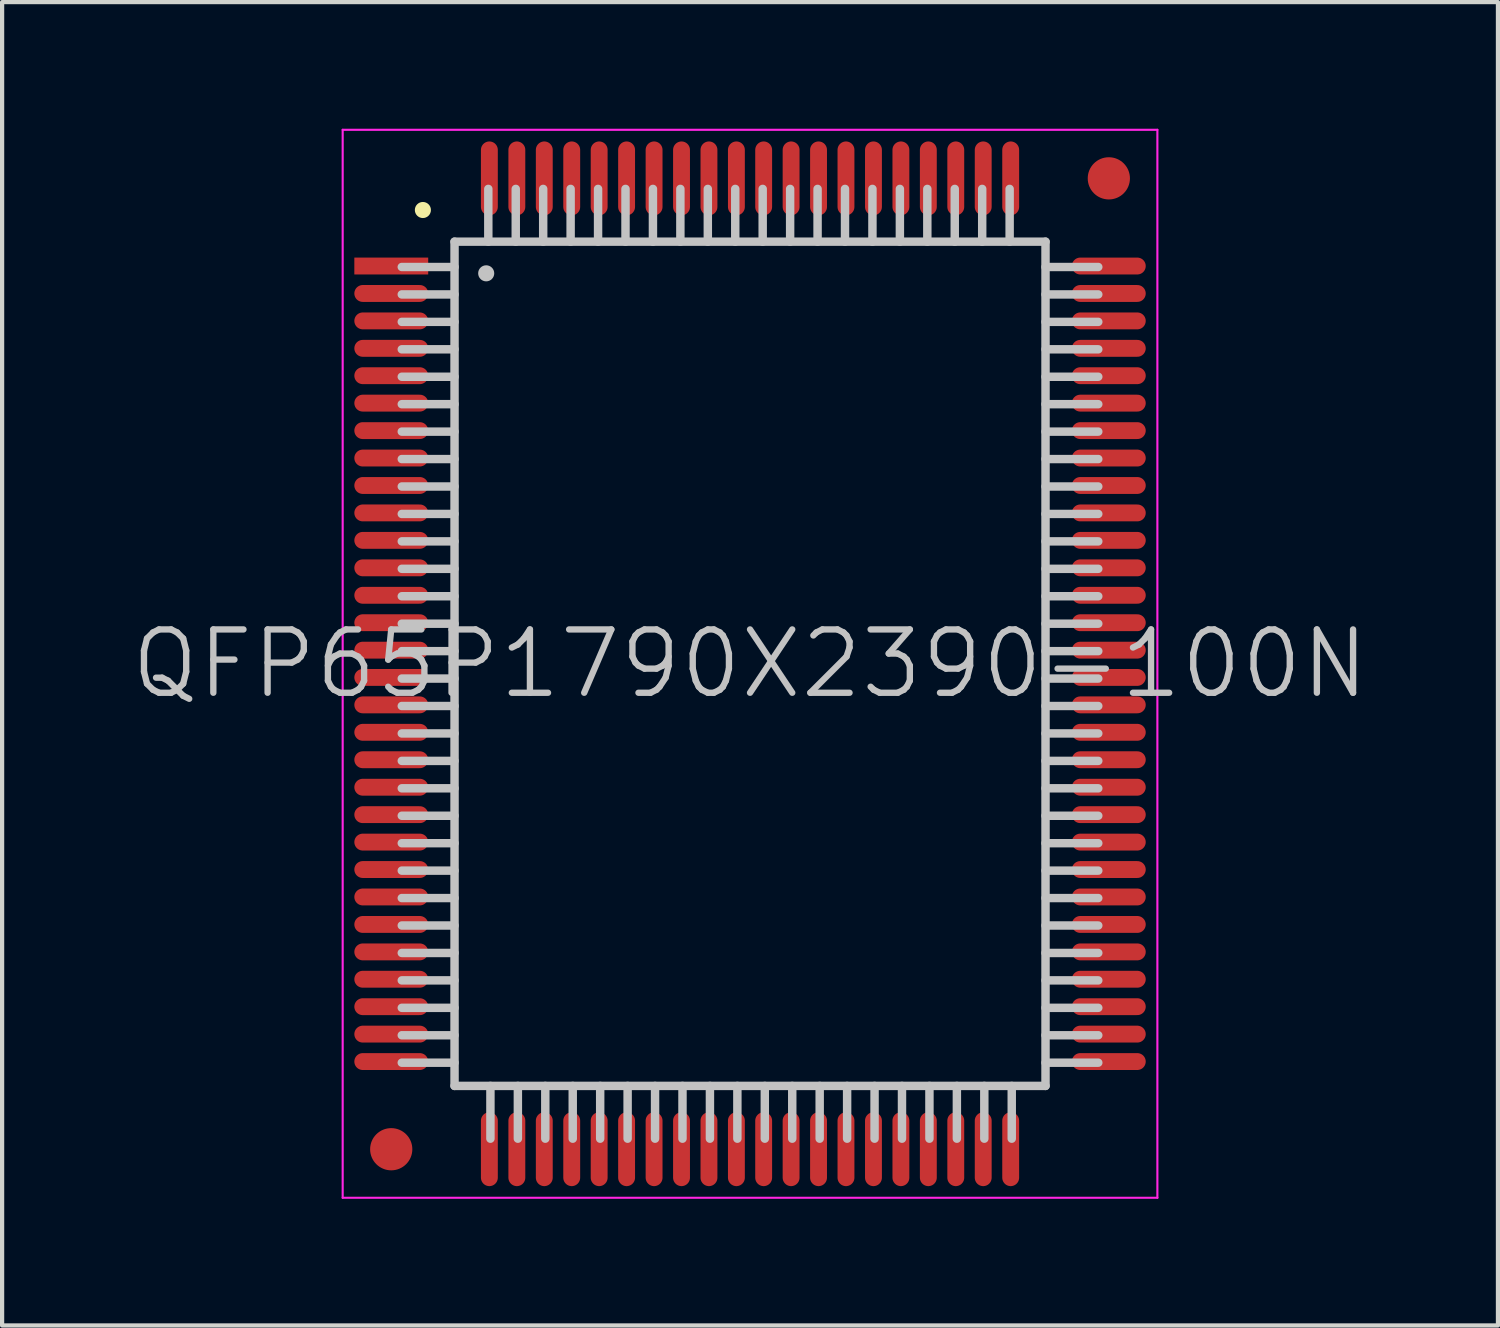
<source format=kicad_pcb>
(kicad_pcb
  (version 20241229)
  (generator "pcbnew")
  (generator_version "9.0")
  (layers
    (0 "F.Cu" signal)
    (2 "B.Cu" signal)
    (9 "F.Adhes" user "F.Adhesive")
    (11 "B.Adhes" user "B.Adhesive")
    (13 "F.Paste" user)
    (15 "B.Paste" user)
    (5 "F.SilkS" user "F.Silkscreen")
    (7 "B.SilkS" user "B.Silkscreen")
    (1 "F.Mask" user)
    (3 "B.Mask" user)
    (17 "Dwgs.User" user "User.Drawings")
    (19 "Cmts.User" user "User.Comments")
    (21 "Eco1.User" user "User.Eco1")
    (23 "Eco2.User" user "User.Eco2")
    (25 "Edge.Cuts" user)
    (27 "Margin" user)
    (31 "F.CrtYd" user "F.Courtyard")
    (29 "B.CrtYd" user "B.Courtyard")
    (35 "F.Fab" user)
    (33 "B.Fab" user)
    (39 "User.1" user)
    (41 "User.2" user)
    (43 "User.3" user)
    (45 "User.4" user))
  (footprint "QFP65P1790X2390-100N"
    (layer "F.Cu")
    (at 14.718 12.675)
    (property "Reference" "QFP65P1790X2390-100N" (at 0 0 0) (layer "Dwgs.User") (effects (font (size 1.5 1.5) (thickness 0.15))))
    (attr smd)
    (fp_line (start -7.75 -10.75) (end -7.75 -10.75) (stroke (width 0.381) (type solid)) (layer "F.SilkS"))
    (fp_line (start -7 -10) (end -7 10) (stroke (width 0.2) (type solid)) (layer "Dwgs.User"))
    (fp_line (start -7 -10) (end 7 -10) (stroke (width 0.2) (type solid)) (layer "Dwgs.User"))
    (fp_line (start -7 -9.4) (end -8.25 -9.4) (stroke (width 0.2) (type solid)) (layer "Dwgs.User"))
    (fp_line (start -7 -8.75) (end -8.25 -8.75) (stroke (width 0.2) (type solid)) (layer "Dwgs.User"))
    (fp_line (start -7 -8.1) (end -8.25 -8.1) (stroke (width 0.2) (type solid)) (layer "Dwgs.User"))
    (fp_line (start -7 -7.45) (end -8.25 -7.45) (stroke (width 0.2) (type solid)) (layer "Dwgs.User"))
    (fp_line (start -7 -6.8) (end -8.25 -6.8) (stroke (width 0.2) (type solid)) (layer "Dwgs.User"))
    (fp_line (start -7 -6.15) (end -8.25 -6.15) (stroke (width 0.2) (type solid)) (layer "Dwgs.User"))
    (fp_line (start -7 -5.5) (end -8.25 -5.5) (stroke (width 0.2) (type solid)) (layer "Dwgs.User"))
    (fp_line (start -7 -4.85) (end -8.25 -4.85) (stroke (width 0.2) (type solid)) (layer "Dwgs.User"))
    (fp_line (start -7 -4.2) (end -8.25 -4.2) (stroke (width 0.2) (type solid)) (layer "Dwgs.User"))
    (fp_line (start -7 -3.55) (end -8.25 -3.55) (stroke (width 0.2) (type solid)) (layer "Dwgs.User"))
    (fp_line (start -7 -2.9) (end -8.25 -2.9) (stroke (width 0.2) (type solid)) (layer "Dwgs.User"))
    (fp_line (start -7 -2.25) (end -8.25 -2.25) (stroke (width 0.2) (type solid)) (layer "Dwgs.User"))
    (fp_line (start -7 -1.6) (end -8.25 -1.6) (stroke (width 0.2) (type solid)) (layer "Dwgs.User"))
    (fp_line (start -7 -0.95) (end -8.25 -0.95) (stroke (width 0.2) (type solid)) (layer "Dwgs.User"))
    (fp_line (start -7 -0.3) (end -8.25 -0.3) (stroke (width 0.2) (type solid)) (layer "Dwgs.User"))
    (fp_line (start -7 0.35) (end -8.25 0.35) (stroke (width 0.2) (type solid)) (layer "Dwgs.User"))
    (fp_line (start -7 1) (end -8.25 1) (stroke (width 0.2) (type solid)) (layer "Dwgs.User"))
    (fp_line (start -7 1.65) (end -8.25 1.65) (stroke (width 0.2) (type solid)) (layer "Dwgs.User"))
    (fp_line (start -7 2.3) (end -8.25 2.3) (stroke (width 0.2) (type solid)) (layer "Dwgs.User"))
    (fp_line (start -7 2.95) (end -8.25 2.95) (stroke (width 0.2) (type solid)) (layer "Dwgs.User"))
    (fp_line (start -7 3.6) (end -8.25 3.6) (stroke (width 0.2) (type solid)) (layer "Dwgs.User"))
    (fp_line (start -7 4.25) (end -8.25 4.25) (stroke (width 0.2) (type solid)) (layer "Dwgs.User"))
    (fp_line (start -7 4.9) (end -8.25 4.9) (stroke (width 0.2) (type solid)) (layer "Dwgs.User"))
    (fp_line (start -7 5.55) (end -8.25 5.55) (stroke (width 0.2) (type solid)) (layer "Dwgs.User"))
    (fp_line (start -7 6.2) (end -8.25 6.2) (stroke (width 0.2) (type solid)) (layer "Dwgs.User"))
    (fp_line (start -7 6.85) (end -8.25 6.85) (stroke (width 0.2) (type solid)) (layer "Dwgs.User"))
    (fp_line (start -7 7.5) (end -8.25 7.5) (stroke (width 0.2) (type solid)) (layer "Dwgs.User"))
    (fp_line (start -7 8.15) (end -8.25 8.15) (stroke (width 0.2) (type solid)) (layer "Dwgs.User"))
    (fp_line (start -7 8.8) (end -8.25 8.8) (stroke (width 0.2) (type solid)) (layer "Dwgs.User"))
    (fp_line (start -7 9.45) (end -8.25 9.45) (stroke (width 0.2) (type solid)) (layer "Dwgs.User"))
    (fp_line (start -7 10) (end 7 10) (stroke (width 0.2) (type solid)) (layer "Dwgs.User"))
    (fp_line (start -6.25 -9.25) (end -6.25 -9.25) (stroke (width 0.381) (type solid)) (layer "Dwgs.User"))
    (fp_line (start -6.2 -11.25) (end -6.2 -10) (stroke (width 0.2) (type solid)) (layer "Dwgs.User"))
    (fp_line (start -6.15 10) (end -6.15 11.25) (stroke (width 0.2) (type solid)) (layer "Dwgs.User"))
    (fp_line (start -5.55 -11.25) (end -5.55 -10) (stroke (width 0.2) (type solid)) (layer "Dwgs.User"))
    (fp_line (start -5.5 10) (end -5.5 11.25) (stroke (width 0.2) (type solid)) (layer "Dwgs.User"))
    (fp_line (start -4.9 -11.25) (end -4.9 -10) (stroke (width 0.2) (type solid)) (layer "Dwgs.User"))
    (fp_line (start -4.85 10) (end -4.85 11.25) (stroke (width 0.2) (type solid)) (layer "Dwgs.User"))
    (fp_line (start -4.25 -11.25) (end -4.25 -10) (stroke (width 0.2) (type solid)) (layer "Dwgs.User"))
    (fp_line (start -4.2 10) (end -4.2 11.25) (stroke (width 0.2) (type solid)) (layer "Dwgs.User"))
    (fp_line (start -3.6 -11.25) (end -3.6 -10) (stroke (width 0.2) (type solid)) (layer "Dwgs.User"))
    (fp_line (start -3.55 10) (end -3.55 11.25) (stroke (width 0.2) (type solid)) (layer "Dwgs.User"))
    (fp_line (start -2.95 -11.25) (end -2.95 -10) (stroke (width 0.2) (type solid)) (layer "Dwgs.User"))
    (fp_line (start -2.9 10) (end -2.9 11.25) (stroke (width 0.2) (type solid)) (layer "Dwgs.User"))
    (fp_line (start -2.3 -11.25) (end -2.3 -10) (stroke (width 0.2) (type solid)) (layer "Dwgs.User"))
    (fp_line (start -2.25 10) (end -2.25 11.25) (stroke (width 0.2) (type solid)) (layer "Dwgs.User"))
    (fp_line (start -1.65 -11.25) (end -1.65 -10) (stroke (width 0.2) (type solid)) (layer "Dwgs.User"))
    (fp_line (start -1.6 10) (end -1.6 11.25) (stroke (width 0.2) (type solid)) (layer "Dwgs.User"))
    (fp_line (start -1 -11.25) (end -1 -10) (stroke (width 0.2) (type solid)) (layer "Dwgs.User"))
    (fp_line (start -0.95 10) (end -0.95 11.25) (stroke (width 0.2) (type solid)) (layer "Dwgs.User"))
    (fp_line (start -0.35 -11.25) (end -0.35 -10) (stroke (width 0.2) (type solid)) (layer "Dwgs.User"))
    (fp_line (start -0.3 10) (end -0.3 11.25) (stroke (width 0.2) (type solid)) (layer "Dwgs.User"))
    (fp_line (start 0.3 -11.25) (end 0.3 -10) (stroke (width 0.2) (type solid)) (layer "Dwgs.User"))
    (fp_line (start 0.35 10) (end 0.35 11.25) (stroke (width 0.2) (type solid)) (layer "Dwgs.User"))
    (fp_line (start 0.95 -11.25) (end 0.95 -10) (stroke (width 0.2) (type solid)) (layer "Dwgs.User"))
    (fp_line (start 1 10) (end 1 11.25) (stroke (width 0.2) (type solid)) (layer "Dwgs.User"))
    (fp_line (start 1.6 -11.25) (end 1.6 -10) (stroke (width 0.2) (type solid)) (layer "Dwgs.User"))
    (fp_line (start 1.65 10) (end 1.65 11.25) (stroke (width 0.2) (type solid)) (layer "Dwgs.User"))
    (fp_line (start 2.25 -11.25) (end 2.25 -10) (stroke (width 0.2) (type solid)) (layer "Dwgs.User"))
    (fp_line (start 2.3 10) (end 2.3 11.25) (stroke (width 0.2) (type solid)) (layer "Dwgs.User"))
    (fp_line (start 2.9 -11.25) (end 2.9 -10) (stroke (width 0.2) (type solid)) (layer "Dwgs.User"))
    (fp_line (start 2.95 10) (end 2.95 11.25) (stroke (width 0.2) (type solid)) (layer "Dwgs.User"))
    (fp_line (start 3.55 -11.25) (end 3.55 -10) (stroke (width 0.2) (type solid)) (layer "Dwgs.User"))
    (fp_line (start 3.6 10) (end 3.6 11.25) (stroke (width 0.2) (type solid)) (layer "Dwgs.User"))
    (fp_line (start 4.2 -11.25) (end 4.2 -10) (stroke (width 0.2) (type solid)) (layer "Dwgs.User"))
    (fp_line (start 4.25 10) (end 4.25 11.25) (stroke (width 0.2) (type solid)) (layer "Dwgs.User"))
    (fp_line (start 4.85 -11.25) (end 4.85 -10) (stroke (width 0.2) (type solid)) (layer "Dwgs.User"))
    (fp_line (start 4.9 10) (end 4.9 11.25) (stroke (width 0.2) (type solid)) (layer "Dwgs.User"))
    (fp_line (start 5.5 -11.25) (end 5.5 -10) (stroke (width 0.2) (type solid)) (layer "Dwgs.User"))
    (fp_line (start 5.55 10) (end 5.55 11.25) (stroke (width 0.2) (type solid)) (layer "Dwgs.User"))
    (fp_line (start 6.15 -11.25) (end 6.15 -10) (stroke (width 0.2) (type solid)) (layer "Dwgs.User"))
    (fp_line (start 6.2 10) (end 6.2 11.25) (stroke (width 0.2) (type solid)) (layer "Dwgs.User"))
    (fp_line (start 7 -10) (end 7 10) (stroke (width 0.2) (type solid)) (layer "Dwgs.User"))
    (fp_line (start 8.25 -9.4) (end 7 -9.4) (stroke (width 0.2) (type solid)) (layer "Dwgs.User"))
    (fp_line (start 8.25 -8.75) (end 7 -8.75) (stroke (width 0.2) (type solid)) (layer "Dwgs.User"))
    (fp_line (start 8.25 -8.1) (end 7 -8.1) (stroke (width 0.2) (type solid)) (layer "Dwgs.User"))
    (fp_line (start 8.25 -7.45) (end 7 -7.45) (stroke (width 0.2) (type solid)) (layer "Dwgs.User"))
    (fp_line (start 8.25 -6.8) (end 7 -6.8) (stroke (width 0.2) (type solid)) (layer "Dwgs.User"))
    (fp_line (start 8.25 -6.15) (end 7 -6.15) (stroke (width 0.2) (type solid)) (layer "Dwgs.User"))
    (fp_line (start 8.25 -5.5) (end 7 -5.5) (stroke (width 0.2) (type solid)) (layer "Dwgs.User"))
    (fp_line (start 8.25 -4.85) (end 7 -4.85) (stroke (width 0.2) (type solid)) (layer "Dwgs.User"))
    (fp_line (start 8.25 -4.2) (end 7 -4.2) (stroke (width 0.2) (type solid)) (layer "Dwgs.User"))
    (fp_line (start 8.25 -3.55) (end 7 -3.55) (stroke (width 0.2) (type solid)) (layer "Dwgs.User"))
    (fp_line (start 8.25 -2.9) (end 7 -2.9) (stroke (width 0.2) (type solid)) (layer "Dwgs.User"))
    (fp_line (start 8.25 -2.25) (end 7 -2.25) (stroke (width 0.2) (type solid)) (layer "Dwgs.User"))
    (fp_line (start 8.25 -1.6) (end 7 -1.6) (stroke (width 0.2) (type solid)) (layer "Dwgs.User"))
    (fp_line (start 8.25 -0.95) (end 7 -0.95) (stroke (width 0.2) (type solid)) (layer "Dwgs.User"))
    (fp_line (start 8.25 -0.3) (end 7 -0.3) (stroke (width 0.2) (type solid)) (layer "Dwgs.User"))
    (fp_line (start 8.25 0.35) (end 7 0.35) (stroke (width 0.2) (type solid)) (layer "Dwgs.User"))
    (fp_line (start 8.25 1) (end 7 1) (stroke (width 0.2) (type solid)) (layer "Dwgs.User"))
    (fp_line (start 8.25 1.65) (end 7 1.65) (stroke (width 0.2) (type solid)) (layer "Dwgs.User"))
    (fp_line (start 8.25 2.3) (end 7 2.3) (stroke (width 0.2) (type solid)) (layer "Dwgs.User"))
    (fp_line (start 8.25 2.95) (end 7 2.95) (stroke (width 0.2) (type solid)) (layer "Dwgs.User"))
    (fp_line (start 8.25 3.6) (end 7 3.6) (stroke (width 0.2) (type solid)) (layer "Dwgs.User"))
    (fp_line (start 8.25 4.25) (end 7 4.25) (stroke (width 0.2) (type solid)) (layer "Dwgs.User"))
    (fp_line (start 8.25 4.9) (end 7 4.9) (stroke (width 0.2) (type solid)) (layer "Dwgs.User"))
    (fp_line (start 8.25 5.55) (end 7 5.55) (stroke (width 0.2) (type solid)) (layer "Dwgs.User"))
    (fp_line (start 8.25 6.2) (end 7 6.2) (stroke (width 0.2) (type solid)) (layer "Dwgs.User"))
    (fp_line (start 8.25 6.85) (end 7 6.85) (stroke (width 0.2) (type solid)) (layer "Dwgs.User"))
    (fp_line (start 8.25 7.5) (end 7 7.5) (stroke (width 0.2) (type solid)) (layer "Dwgs.User"))
    (fp_line (start 8.25 8.15) (end 7 8.15) (stroke (width 0.2) (type solid)) (layer "Dwgs.User"))
    (fp_line (start 8.25 8.8) (end 7 8.8) (stroke (width 0.2) (type solid)) (layer "Dwgs.User"))
    (fp_line (start 8.25 9.45) (end 7 9.45) (stroke (width 0.2) (type solid)) (layer "Dwgs.User"))
    (fp_line (start -9.65 -12.65) (end -9.65 12.65) (stroke (width 0.05) (type solid)) (layer "F.CrtYd"))
    (fp_line (start -9.65 -12.65) (end 9.65 -12.65) (stroke (width 0.05) (type solid)) (layer "F.CrtYd"))
    (fp_line (start -9.65 12.65) (end 9.65 12.65) (stroke (width 0.05) (type solid)) (layer "F.CrtYd"))
    (fp_line (start 9.65 -12.65) (end 9.65 12.65) (stroke (width 0.05) (type solid)) (layer "F.CrtYd"))
    (pad "" smd circle (at -8.5 11.5) (size 1 1) (layers "F.Cu" "F.Mask"))
    (pad "" smd circle (at 8.5 -11.5) (size 1 1) (layers "F.Cu" "F.Mask"))
    (pad "1" smd rect (at -8.499 -9.423 90) (size 0.4 1.75) (layers "F.Cu" "F.Mask" "F.Paste"))
    (pad "2" smd oval (at -8.499 -8.773 90) (size 0.4 1.75) (layers "F.Cu" "F.Mask" "F.Paste"))
    (pad "3" smd oval (at -8.499 -8.123 90) (size 0.4 1.75) (layers "F.Cu" "F.Mask" "F.Paste"))
    (pad "4" smd oval (at -8.499 -7.473 90) (size 0.4 1.75) (layers "F.Cu" "F.Mask" "F.Paste"))
    (pad "5" smd oval (at -8.499 -6.825 90) (size 0.4 1.75) (layers "F.Cu" "F.Mask" "F.Paste"))
    (pad "6" smd oval (at -8.499 -6.175 90) (size 0.4 1.75) (layers "F.Cu" "F.Mask" "F.Paste"))
    (pad "7" smd oval (at -8.499 -5.524 90) (size 0.4 1.75) (layers "F.Cu" "F.Mask" "F.Paste"))
    (pad "8" smd oval (at -8.499 -4.874 90) (size 0.4 1.75) (layers "F.Cu" "F.Mask" "F.Paste"))
    (pad "9" smd oval (at -8.499 -4.224 90) (size 0.4 1.75) (layers "F.Cu" "F.Mask" "F.Paste"))
    (pad "10" smd oval (at -8.499 -3.574 90) (size 0.4 1.75) (layers "F.Cu" "F.Mask" "F.Paste"))
    (pad "11" smd oval (at -8.499 -2.924 90) (size 0.4 1.75) (layers "F.Cu" "F.Mask" "F.Paste"))
    (pad "12" smd oval (at -8.499 -2.273 90) (size 0.4 1.75) (layers "F.Cu" "F.Mask" "F.Paste"))
    (pad "13" smd oval (at -8.499 -1.623 90) (size 0.4 1.75) (layers "F.Cu" "F.Mask" "F.Paste"))
    (pad "14" smd oval (at -8.499 -0.973 90) (size 0.4 1.75) (layers "F.Cu" "F.Mask" "F.Paste"))
    (pad "15" smd oval (at -8.499 -0.323 90) (size 0.4 1.75) (layers "F.Cu" "F.Mask" "F.Paste"))
    (pad "16" smd oval (at -8.499 0.323 90) (size 0.4 1.75) (layers "F.Cu" "F.Mask" "F.Paste"))
    (pad "17" smd oval (at -8.499 0.973 90) (size 0.4 1.75) (layers "F.Cu" "F.Mask" "F.Paste"))
    (pad "18" smd oval (at -8.499 1.623 90) (size 0.4 1.75) (layers "F.Cu" "F.Mask" "F.Paste"))
    (pad "19" smd oval (at -8.499 2.273 90) (size 0.4 1.75) (layers "F.Cu" "F.Mask" "F.Paste"))
    (pad "20" smd oval (at -8.499 2.924 90) (size 0.4 1.75) (layers "F.Cu" "F.Mask" "F.Paste"))
    (pad "21" smd oval (at -8.499 3.574 90) (size 0.4 1.75) (layers "F.Cu" "F.Mask" "F.Paste"))
    (pad "22" smd oval (at -8.499 4.224 90) (size 0.4 1.75) (layers "F.Cu" "F.Mask" "F.Paste"))
    (pad "23" smd oval (at -8.499 4.874 90) (size 0.4 1.75) (layers "F.Cu" "F.Mask" "F.Paste"))
    (pad "24" smd oval (at -8.499 5.524 90) (size 0.4 1.75) (layers "F.Cu" "F.Mask" "F.Paste"))
    (pad "25" smd oval (at -8.499 6.175 90) (size 0.4 1.75) (layers "F.Cu" "F.Mask" "F.Paste"))
    (pad "26" smd oval (at -8.499 6.825 90) (size 0.4 1.75) (layers "F.Cu" "F.Mask" "F.Paste"))
    (pad "27" smd oval (at -8.499 7.473 90) (size 0.4 1.75) (layers "F.Cu" "F.Mask" "F.Paste"))
    (pad "28" smd oval (at -8.499 8.123 90) (size 0.4 1.75) (layers "F.Cu" "F.Mask" "F.Paste"))
    (pad "29" smd oval (at -8.499 8.773 90) (size 0.4 1.75) (layers "F.Cu" "F.Mask" "F.Paste"))
    (pad "30" smd oval (at -8.499 9.423 90) (size 0.4 1.75) (layers "F.Cu" "F.Mask" "F.Paste"))
    (pad "31" smd oval (at -6.175 11.499 180) (size 0.4 1.75) (layers "F.Cu" "F.Mask" "F.Paste"))
    (pad "32" smd oval (at -5.524 11.499 180) (size 0.4 1.75) (layers "F.Cu" "F.Mask" "F.Paste"))
    (pad "33" smd oval (at -4.874 11.499 180) (size 0.4 1.75) (layers "F.Cu" "F.Mask" "F.Paste"))
    (pad "34" smd oval (at -4.224 11.499 180) (size 0.4 1.75) (layers "F.Cu" "F.Mask" "F.Paste"))
    (pad "35" smd oval (at -3.574 11.499 180) (size 0.4 1.75) (layers "F.Cu" "F.Mask" "F.Paste"))
    (pad "36" smd oval (at -2.924 11.499 180) (size 0.4 1.75) (layers "F.Cu" "F.Mask" "F.Paste"))
    (pad "37" smd oval (at -2.273 11.499 180) (size 0.4 1.75) (layers "F.Cu" "F.Mask" "F.Paste"))
    (pad "38" smd oval (at -1.623 11.499 180) (size 0.4 1.75) (layers "F.Cu" "F.Mask" "F.Paste"))
    (pad "39" smd oval (at -0.973 11.499 180) (size 0.4 1.75) (layers "F.Cu" "F.Mask" "F.Paste"))
    (pad "40" smd oval (at -0.323 11.499 180) (size 0.4 1.75) (layers "F.Cu" "F.Mask" "F.Paste"))
    (pad "41" smd oval (at 0.323 11.499 180) (size 0.4 1.75) (layers "F.Cu" "F.Mask" "F.Paste"))
    (pad "42" smd oval (at 0.973 11.499 180) (size 0.4 1.75) (layers "F.Cu" "F.Mask" "F.Paste"))
    (pad "43" smd oval (at 1.623 11.499 180) (size 0.4 1.75) (layers "F.Cu" "F.Mask" "F.Paste"))
    (pad "44" smd oval (at 2.273 11.499 180) (size 0.4 1.75) (layers "F.Cu" "F.Mask" "F.Paste"))
    (pad "45" smd oval (at 2.924 11.499 180) (size 0.4 1.75) (layers "F.Cu" "F.Mask" "F.Paste"))
    (pad "46" smd oval (at 3.574 11.499 180) (size 0.4 1.75) (layers "F.Cu" "F.Mask" "F.Paste"))
    (pad "47" smd oval (at 4.224 11.499 180) (size 0.4 1.75) (layers "F.Cu" "F.Mask" "F.Paste"))
    (pad "48" smd oval (at 4.874 11.499 180) (size 0.4 1.75) (layers "F.Cu" "F.Mask" "F.Paste"))
    (pad "49" smd oval (at 5.524 11.499 180) (size 0.4 1.75) (layers "F.Cu" "F.Mask" "F.Paste"))
    (pad "50" smd oval (at 6.175 11.499 180) (size 0.4 1.75) (layers "F.Cu" "F.Mask" "F.Paste"))
    (pad "51" smd oval (at 8.499 9.423 270) (size 0.4 1.75) (layers "F.Cu" "F.Mask" "F.Paste"))
    (pad "52" smd oval (at 8.499 8.773 270) (size 0.4 1.75) (layers "F.Cu" "F.Mask" "F.Paste"))
    (pad "53" smd oval (at 8.499 8.123 270) (size 0.4 1.75) (layers "F.Cu" "F.Mask" "F.Paste"))
    (pad "54" smd oval (at 8.499 7.473 270) (size 0.4 1.75) (layers "F.Cu" "F.Mask" "F.Paste"))
    (pad "55" smd oval (at 8.499 6.825 270) (size 0.4 1.75) (layers "F.Cu" "F.Mask" "F.Paste"))
    (pad "56" smd oval (at 8.499 6.175 270) (size 0.4 1.75) (layers "F.Cu" "F.Mask" "F.Paste"))
    (pad "57" smd oval (at 8.499 5.524 270) (size 0.4 1.75) (layers "F.Cu" "F.Mask" "F.Paste"))
    (pad "58" smd oval (at 8.499 4.874 270) (size 0.4 1.75) (layers "F.Cu" "F.Mask" "F.Paste"))
    (pad "59" smd oval (at 8.499 4.224 270) (size 0.4 1.75) (layers "F.Cu" "F.Mask" "F.Paste"))
    (pad "60" smd oval (at 8.499 3.574 270) (size 0.4 1.75) (layers "F.Cu" "F.Mask" "F.Paste"))
    (pad "61" smd oval (at 8.499 2.924 270) (size 0.4 1.75) (layers "F.Cu" "F.Mask" "F.Paste"))
    (pad "62" smd oval (at 8.499 2.273 270) (size 0.4 1.75) (layers "F.Cu" "F.Mask" "F.Paste"))
    (pad "63" smd oval (at 8.499 1.623 270) (size 0.4 1.75) (layers "F.Cu" "F.Mask" "F.Paste"))
    (pad "64" smd oval (at 8.499 0.973 270) (size 0.4 1.75) (layers "F.Cu" "F.Mask" "F.Paste"))
    (pad "65" smd oval (at 8.499 0.323 270) (size 0.4 1.75) (layers "F.Cu" "F.Mask" "F.Paste"))
    (pad "66" smd oval (at 8.499 -0.323 270) (size 0.4 1.75) (layers "F.Cu" "F.Mask" "F.Paste"))
    (pad "67" smd oval (at 8.499 -0.973 270) (size 0.4 1.75) (layers "F.Cu" "F.Mask" "F.Paste"))
    (pad "68" smd oval (at 8.499 -1.623 270) (size 0.4 1.75) (layers "F.Cu" "F.Mask" "F.Paste"))
    (pad "69" smd oval (at 8.499 -2.273 270) (size 0.4 1.75) (layers "F.Cu" "F.Mask" "F.Paste"))
    (pad "70" smd oval (at 8.499 -2.924 270) (size 0.4 1.75) (layers "F.Cu" "F.Mask" "F.Paste"))
    (pad "71" smd oval (at 8.499 -3.574 270) (size 0.4 1.75) (layers "F.Cu" "F.Mask" "F.Paste"))
    (pad "72" smd oval (at 8.499 -4.224 270) (size 0.4 1.75) (layers "F.Cu" "F.Mask" "F.Paste"))
    (pad "73" smd oval (at 8.499 -4.874 270) (size 0.4 1.75) (layers "F.Cu" "F.Mask" "F.Paste"))
    (pad "74" smd oval (at 8.499 -5.524 270) (size 0.4 1.75) (layers "F.Cu" "F.Mask" "F.Paste"))
    (pad "75" smd oval (at 8.499 -6.175 270) (size 0.4 1.75) (layers "F.Cu" "F.Mask" "F.Paste"))
    (pad "76" smd oval (at 8.499 -6.825 270) (size 0.4 1.75) (layers "F.Cu" "F.Mask" "F.Paste"))
    (pad "77" smd oval (at 8.499 -7.473 270) (size 0.4 1.75) (layers "F.Cu" "F.Mask" "F.Paste"))
    (pad "78" smd oval (at 8.499 -8.123 270) (size 0.4 1.75) (layers "F.Cu" "F.Mask" "F.Paste"))
    (pad "79" smd oval (at 8.499 -8.773 270) (size 0.4 1.75) (layers "F.Cu" "F.Mask" "F.Paste"))
    (pad "80" smd oval (at 8.499 -9.423 270) (size 0.4 1.75) (layers "F.Cu" "F.Mask" "F.Paste"))
    (pad "81" smd oval (at 6.175 -11.499) (size 0.4 1.75) (layers "F.Cu" "F.Mask" "F.Paste"))
    (pad "82" smd oval (at 5.524 -11.499) (size 0.4 1.75) (layers "F.Cu" "F.Mask" "F.Paste"))
    (pad "83" smd oval (at 4.874 -11.499) (size 0.4 1.75) (layers "F.Cu" "F.Mask" "F.Paste"))
    (pad "84" smd oval (at 4.224 -11.499) (size 0.4 1.75) (layers "F.Cu" "F.Mask" "F.Paste"))
    (pad "85" smd oval (at 3.574 -11.499) (size 0.4 1.75) (layers "F.Cu" "F.Mask" "F.Paste"))
    (pad "86" smd oval (at 2.924 -11.499) (size 0.4 1.75) (layers "F.Cu" "F.Mask" "F.Paste"))
    (pad "87" smd oval (at 2.273 -11.499) (size 0.4 1.75) (layers "F.Cu" "F.Mask" "F.Paste"))
    (pad "88" smd oval (at 1.623 -11.499) (size 0.4 1.75) (layers "F.Cu" "F.Mask" "F.Paste"))
    (pad "89" smd oval (at 0.973 -11.499) (size 0.4 1.75) (layers "F.Cu" "F.Mask" "F.Paste"))
    (pad "90" smd oval (at 0.323 -11.499) (size 0.4 1.75) (layers "F.Cu" "F.Mask" "F.Paste"))
    (pad "91" smd oval (at -0.323 -11.499) (size 0.4 1.75) (layers "F.Cu" "F.Mask" "F.Paste"))
    (pad "92" smd oval (at -0.973 -11.499) (size 0.4 1.75) (layers "F.Cu" "F.Mask" "F.Paste"))
    (pad "93" smd oval (at -1.623 -11.499) (size 0.4 1.75) (layers "F.Cu" "F.Mask" "F.Paste"))
    (pad "94" smd oval (at -2.273 -11.499) (size 0.4 1.75) (layers "F.Cu" "F.Mask" "F.Paste"))
    (pad "95" smd oval (at -2.924 -11.499) (size 0.4 1.75) (layers "F.Cu" "F.Mask" "F.Paste"))
    (pad "96" smd oval (at -3.574 -11.499) (size 0.4 1.75) (layers "F.Cu" "F.Mask" "F.Paste"))
    (pad "97" smd oval (at -4.224 -11.499) (size 0.4 1.75) (layers "F.Cu" "F.Mask" "F.Paste"))
    (pad "98" smd oval (at -4.874 -11.499) (size 0.4 1.75) (layers "F.Cu" "F.Mask" "F.Paste"))
    (pad "99" smd oval (at -5.524 -11.499) (size 0.4 1.75) (layers "F.Cu" "F.Mask" "F.Paste"))
    (pad "100" smd oval (at -6.175 -11.499) (size 0.4 1.75) (layers "F.Cu" "F.Mask" "F.Paste")))
  (gr_rect
    (start -3 -3)
    (end 32.436 28.35)
    (stroke (width 0.1) (type default))
    (fill no)
    (layer "Edge.Cuts")))
</source>
